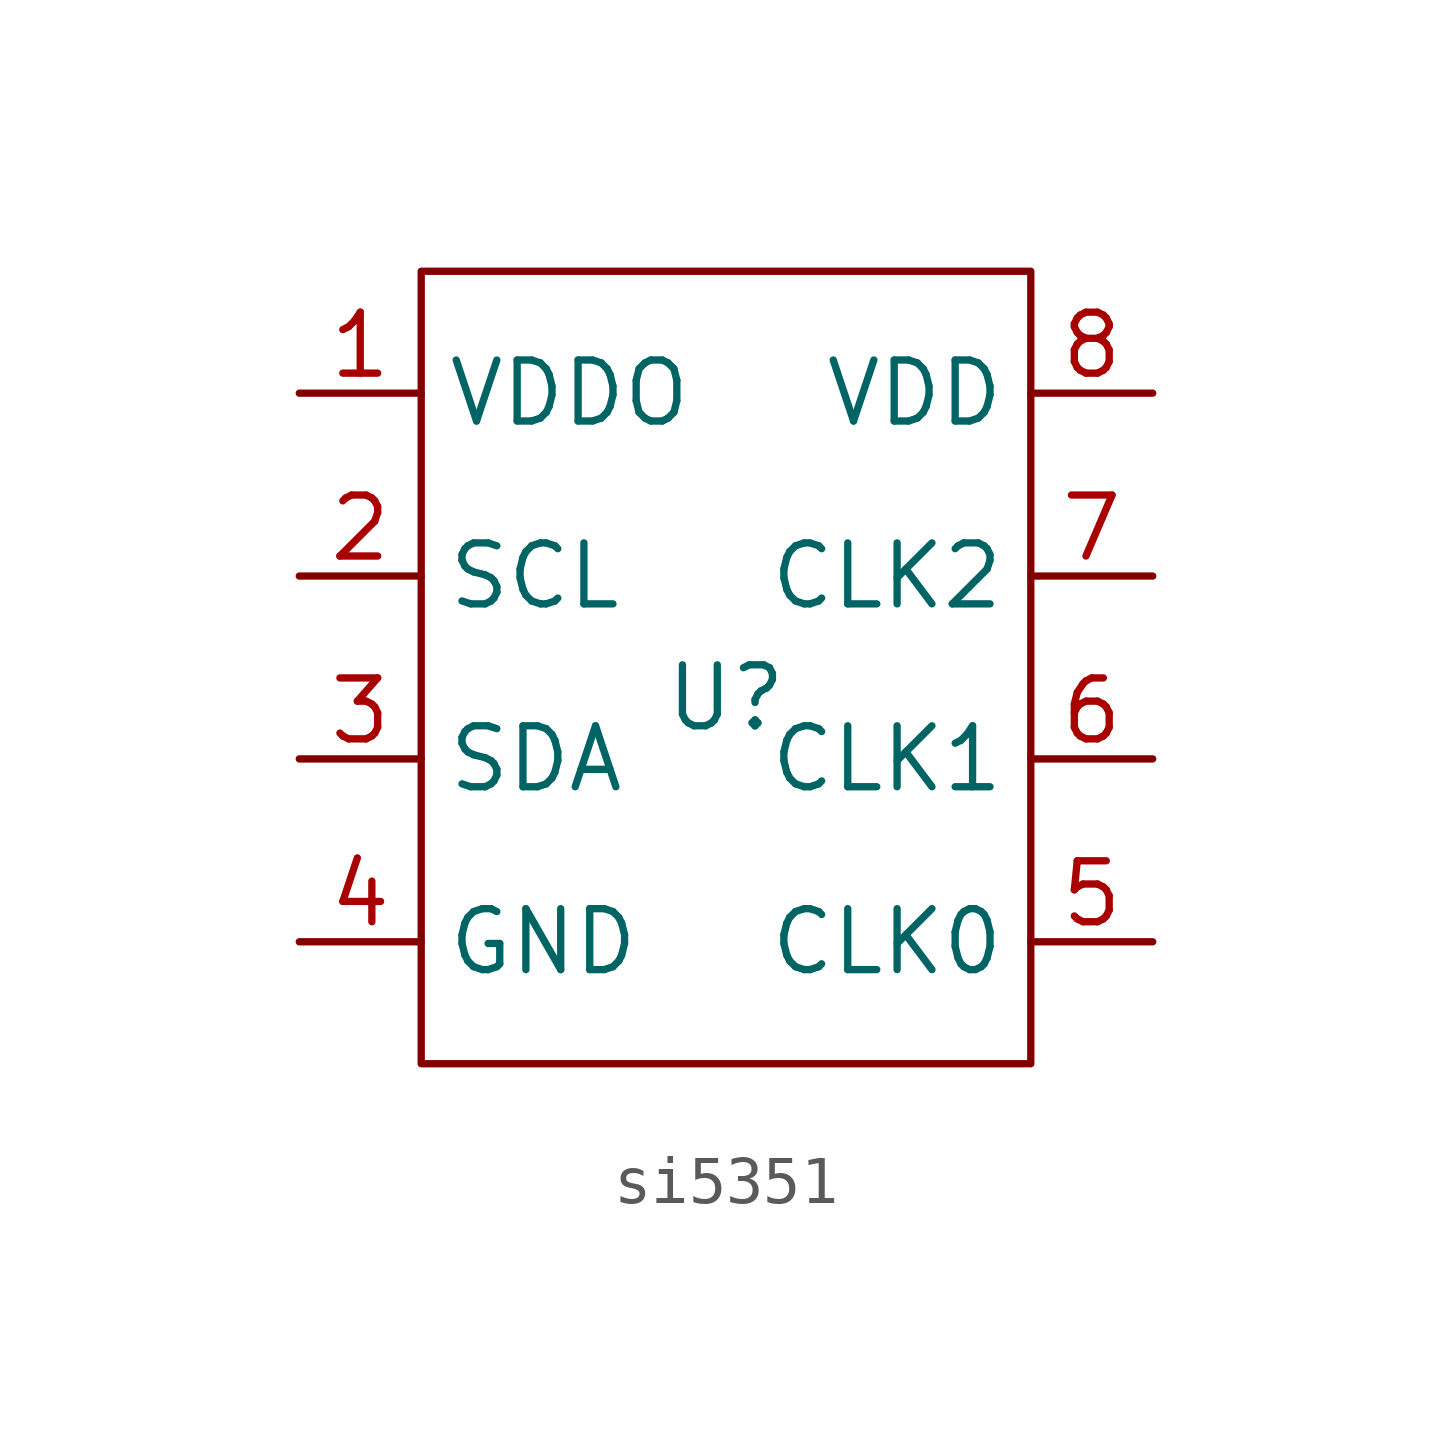
<source format=kicad_sym>
(kicad_symbol_lib
  (version 20241209)
  (generator "kicad_symbol_editor")
  (generator_version "9.0")
  (symbol "si5351"
    (property "Reference" "U"
      (at 0 0 0)
      (effects (font (size 1.27 1.27))))
    (property "Value" ""
      (at 0 0 0)
      (effects (font (size 1.27 1.27))))
    (symbol "si5351_0_1"
      (rectangle (start -6.35 8.89) (end 6.35 -7.62) (stroke (width 0) (type default)) (fill (type none))))
    (symbol "si5351_1_1"
      (pin power_in line (at -8.89 6.35 0) (length 2.54) (name "VDDO" (effects (font (size 1.27 1.27)))) (number "1" (effects (font (size 1.27 1.27)))))
      (pin input line (at -8.89 2.54 0) (length 2.54) (name "SCL" (effects (font (size 1.27 1.27)))) (number "2" (effects (font (size 1.27 1.27)))))
      (pin passive line (at -8.89 -1.27 0) (length 2.54) (name "SDA" (effects (font (size 1.27 1.27)))) (number "3" (effects (font (size 1.27 1.27)))))
      (pin power_in line (at -8.89 -5.08 0) (length 2.54) (name "GND" (effects (font (size 1.27 1.27)))) (number "4" (effects (font (size 1.27 1.27)))))
      (pin power_in line (at 8.89 6.35 180) (length 2.54) (name "VDD" (effects (font (size 1.27 1.27)))) (number "8" (effects (font (size 1.27 1.27)))))
      (pin output line (at 8.89 2.54 180) (length 2.54) (name "CLK2" (effects (font (size 1.27 1.27)))) (number "7" (effects (font (size 1.27 1.27)))))
      (pin output line (at 8.89 -1.27 180) (length 2.54) (name "CLK1" (effects (font (size 1.27 1.27)))) (number "6" (effects (font (size 1.27 1.27)))))
      (pin output line (at 8.89 -5.08 180) (length 2.54) (name "CLK0" (effects (font (size 1.27 1.27)))) (number "5" (effects (font (size 1.27 1.27))))))))
</source>
